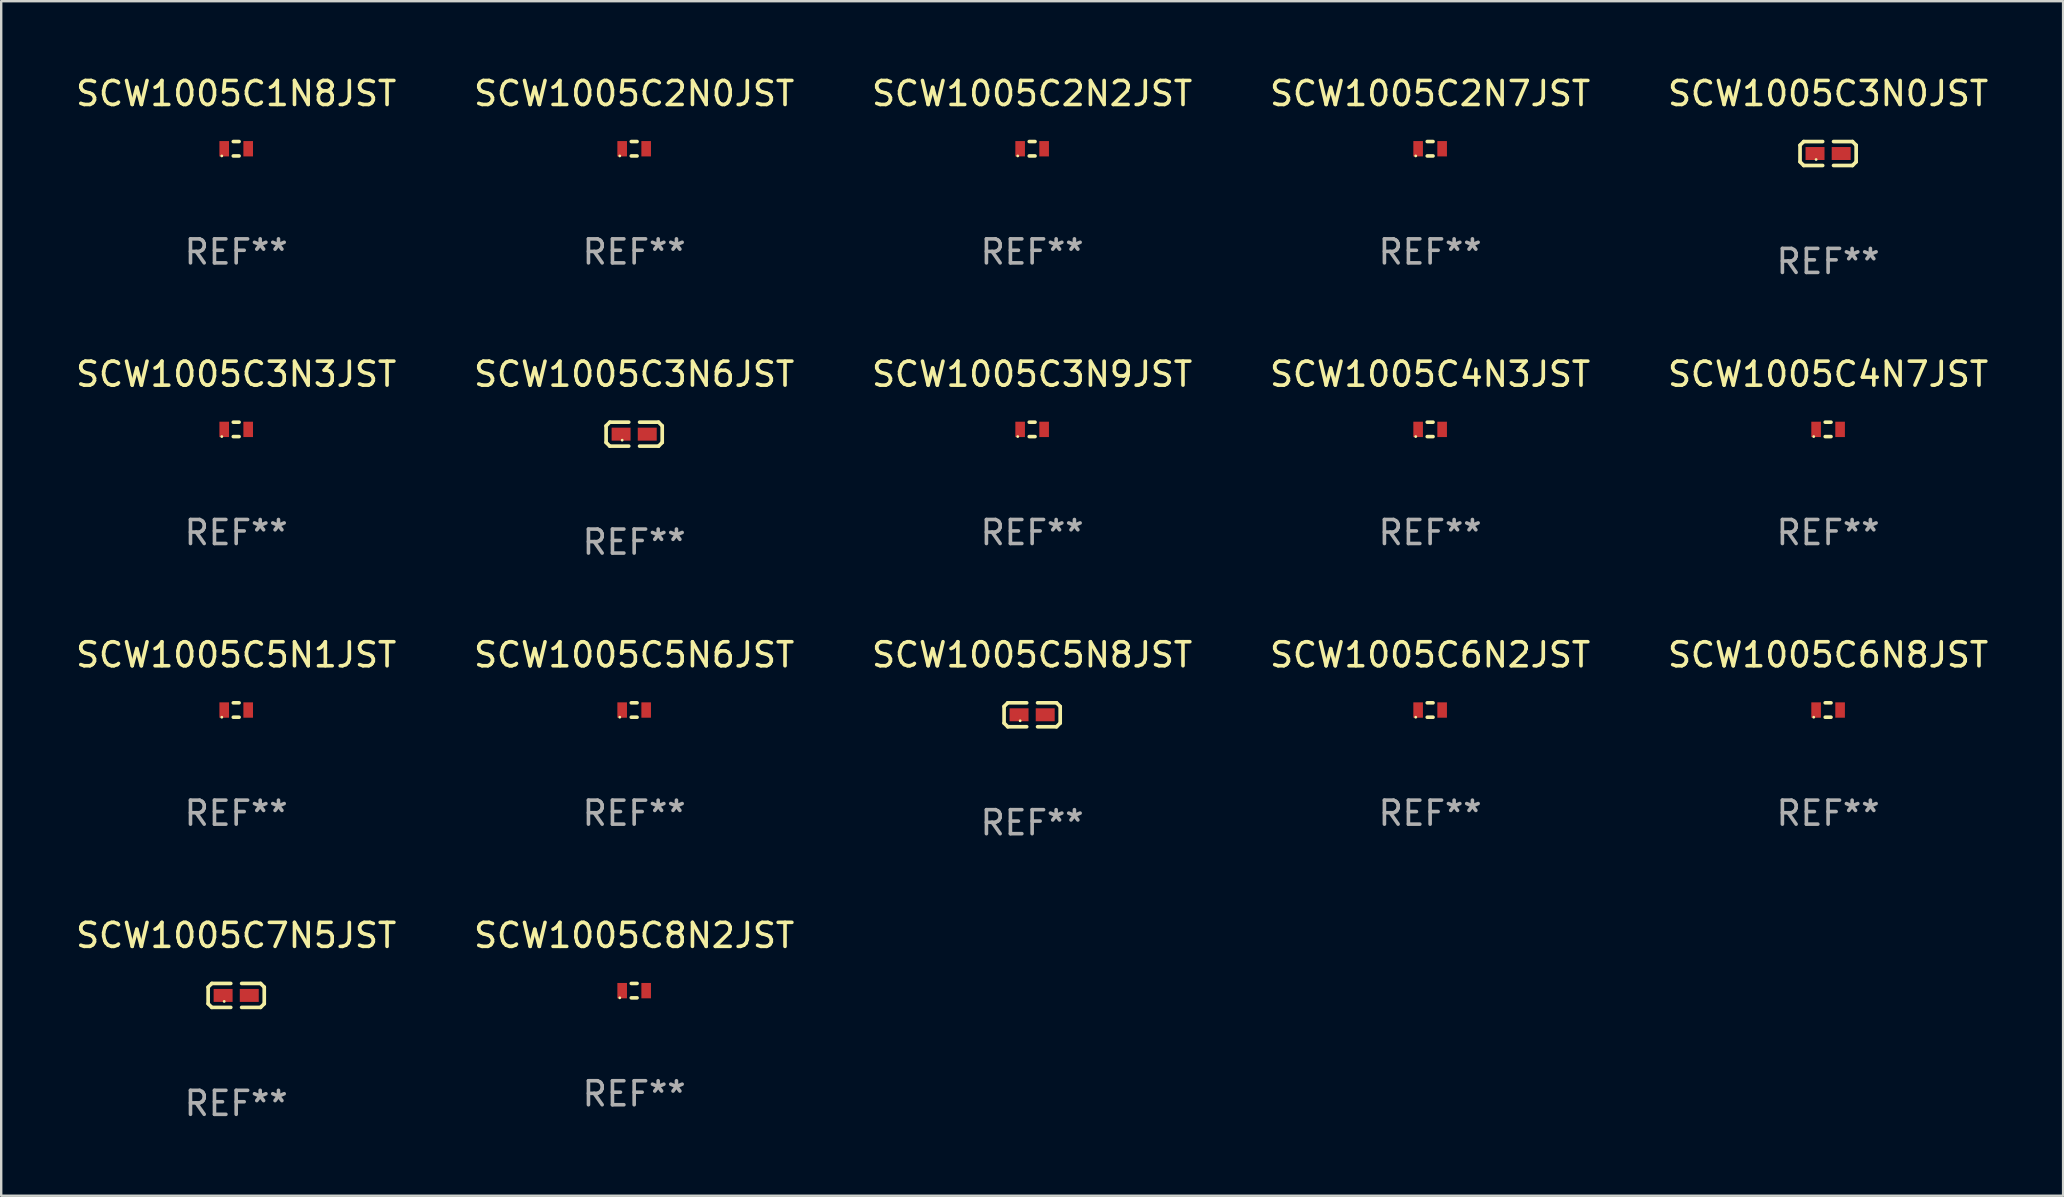
<source format=kicad_pcb>
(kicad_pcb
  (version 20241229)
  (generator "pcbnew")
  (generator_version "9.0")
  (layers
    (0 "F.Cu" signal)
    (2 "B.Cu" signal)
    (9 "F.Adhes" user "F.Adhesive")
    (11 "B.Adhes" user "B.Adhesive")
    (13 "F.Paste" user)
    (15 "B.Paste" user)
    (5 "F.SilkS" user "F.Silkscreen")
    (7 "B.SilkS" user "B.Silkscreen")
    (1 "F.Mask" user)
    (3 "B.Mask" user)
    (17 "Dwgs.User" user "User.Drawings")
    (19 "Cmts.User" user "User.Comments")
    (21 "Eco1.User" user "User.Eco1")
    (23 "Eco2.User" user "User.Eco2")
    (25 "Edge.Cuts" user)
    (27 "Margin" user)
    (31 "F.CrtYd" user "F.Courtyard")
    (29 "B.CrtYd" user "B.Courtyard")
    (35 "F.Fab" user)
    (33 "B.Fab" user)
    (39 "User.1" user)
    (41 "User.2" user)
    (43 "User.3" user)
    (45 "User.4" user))
  (footprint "SCW1005C8N2JST"
    (layer "F.Cu")
    (at 23.375 38.229)
    (property "Reference" "SCW1005C8N2JST" (at 0 -2.3 0) (layer "F.SilkS") (effects (font (size 1 1) (thickness 0.15))))
    (attr through_hole)
    (fp_line (start -0.121 -0.3) (end 0.121 -0.3) (stroke (width 0.15) (type solid)) (layer "F.SilkS"))
    (fp_line (start -0.121 0.3) (end 0.121 0.3) (stroke (width 0.15) (type solid)) (layer "F.SilkS"))
    (fp_circle (center -0.6 0.3) (end -0.57 0.3) (stroke (width 0.06) (type solid)) (fill no) (layer "F.SilkS"))
    (fp_text user "REF**" (at 0 4.3 0) (layer "F.Fab") (effects (font (size 1 1) (thickness 0.15))))
    (pad "1" smd rect (at -0.5 0 90) (size 0.64 0.4) (layers "F.Cu" "F.Mask" "F.Paste"))
    (pad "2" smd rect (at 0.5 0 90) (size 0.64 0.4) (layers "F.Cu" "F.Mask" "F.Paste")))
  (footprint "SCW1005C2N7JST"
    (layer "F.Cu")
    (at 56.542 3.148)
    (property "Reference" "SCW1005C2N7JST" (at 0 -2.3 0) (layer "F.SilkS") (effects (font (size 1 1) (thickness 0.15))))
    (attr through_hole)
    (fp_line (start -0.121 -0.3) (end 0.121 -0.3) (stroke (width 0.15) (type solid)) (layer "F.SilkS"))
    (fp_line (start -0.121 0.3) (end 0.121 0.3) (stroke (width 0.15) (type solid)) (layer "F.SilkS"))
    (fp_circle (center -0.6 0.3) (end -0.57 0.3) (stroke (width 0.06) (type solid)) (fill no) (layer "F.SilkS"))
    (fp_text user "REF**" (at 0 4.3 0) (layer "F.Fab") (effects (font (size 1 1) (thickness 0.15))))
    (pad "1" smd rect (at -0.5 0 90) (size 0.64 0.4) (layers "F.Cu" "F.Mask" "F.Paste"))
    (pad "2" smd rect (at 0.5 0 90) (size 0.64 0.4) (layers "F.Cu" "F.Mask" "F.Paste")))
  (footprint "SCW1005C3N6JST"
    (layer "F.Cu")
    (at 23.375 15.041)
    (property "Reference" "SCW1005C3N6JST" (at 0 -2.499 0) (layer "F.SilkS") (effects (font (size 1 1) (thickness 0.15))))
    (attr through_hole)
    (fp_line (start -1.169 -0.346) (end -1.016 -0.499) (stroke (width 0.152) (type solid)) (layer "F.SilkS"))
    (fp_line (start -1.169 0.346) (end -1.169 -0.346) (stroke (width 0.152) (type solid)) (layer "F.SilkS"))
    (fp_line (start -1.016 -0.499) (end -0.226 -0.499) (stroke (width 0.152) (type solid)) (layer "F.SilkS"))
    (fp_line (start -1.016 0.499) (end -1.169 0.346) (stroke (width 0.152) (type solid)) (layer "F.SilkS"))
    (fp_line (start -0.226 0.499) (end -1.016 0.499) (stroke (width 0.152) (type solid)) (layer "F.SilkS"))
    (fp_line (start 0.226 0.499) (end 1.016 0.499) (stroke (width 0.152) (type solid)) (layer "F.SilkS"))
    (fp_line (start 1.016 -0.499) (end 0.226 -0.499) (stroke (width 0.152) (type solid)) (layer "F.SilkS"))
    (fp_line (start 1.016 0.499) (end 1.169 0.346) (stroke (width 0.152) (type solid)) (layer "F.SilkS"))
    (fp_line (start 1.169 -0.346) (end 1.016 -0.499) (stroke (width 0.152) (type solid)) (layer "F.SilkS"))
    (fp_line (start 1.169 0.346) (end 1.169 -0.346) (stroke (width 0.152) (type solid)) (layer "F.SilkS"))
    (fp_circle (center -0.5 0.25) (end -0.47 0.25) (stroke (width 0.06) (type solid)) (fill no) (layer "F.SilkS"))
    (fp_text user "REF**" (at 0 4.499 0) (layer "F.Fab") (effects (font (size 1 1) (thickness 0.15))))
    (pad "1" smd rect (at -0.545 0) (size 0.79 0.54) (layers "F.Cu" "F.Mask" "F.Paste"))
    (pad "2" smd rect (at 0.545 0) (size 0.79 0.54) (layers "F.Cu" "F.Mask" "F.Paste")))
  (footprint "SCW1005C1N8JST"
    (layer "F.Cu")
    (at 6.792 3.148)
    (property "Reference" "SCW1005C1N8JST" (at 0 -2.3 0) (layer "F.SilkS") (effects (font (size 1 1) (thickness 0.15))))
    (attr through_hole)
    (fp_line (start -0.121 -0.3) (end 0.121 -0.3) (stroke (width 0.15) (type solid)) (layer "F.SilkS"))
    (fp_line (start -0.121 0.3) (end 0.121 0.3) (stroke (width 0.15) (type solid)) (layer "F.SilkS"))
    (fp_circle (center -0.6 0.3) (end -0.57 0.3) (stroke (width 0.06) (type solid)) (fill no) (layer "F.SilkS"))
    (fp_text user "REF**" (at 0 4.3 0) (layer "F.Fab") (effects (font (size 1 1) (thickness 0.15))))
    (pad "1" smd rect (at -0.5 0 90) (size 0.64 0.4) (layers "F.Cu" "F.Mask" "F.Paste"))
    (pad "2" smd rect (at 0.5 0 90) (size 0.64 0.4) (layers "F.Cu" "F.Mask" "F.Paste")))
  (footprint "SCW1005C4N3JST"
    (layer "F.Cu")
    (at 56.542 14.842)
    (property "Reference" "SCW1005C4N3JST" (at 0 -2.3 0) (layer "F.SilkS") (effects (font (size 1 1) (thickness 0.15))))
    (attr through_hole)
    (fp_line (start -0.121 -0.3) (end 0.121 -0.3) (stroke (width 0.15) (type solid)) (layer "F.SilkS"))
    (fp_line (start -0.121 0.3) (end 0.121 0.3) (stroke (width 0.15) (type solid)) (layer "F.SilkS"))
    (fp_circle (center -0.6 0.3) (end -0.57 0.3) (stroke (width 0.06) (type solid)) (fill no) (layer "F.SilkS"))
    (fp_text user "REF**" (at 0 4.3 0) (layer "F.Fab") (effects (font (size 1 1) (thickness 0.15))))
    (pad "1" smd rect (at -0.5 0 90) (size 0.64 0.4) (layers "F.Cu" "F.Mask" "F.Paste"))
    (pad "2" smd rect (at 0.5 0 90) (size 0.64 0.4) (layers "F.Cu" "F.Mask" "F.Paste")))
  (footprint "SCW1005C6N8JST"
    (layer "F.Cu")
    (at 73.125 26.536)
    (property "Reference" "SCW1005C6N8JST" (at 0 -2.3 0) (layer "F.SilkS") (effects (font (size 1 1) (thickness 0.15))))
    (attr through_hole)
    (fp_line (start -0.121 -0.3) (end 0.121 -0.3) (stroke (width 0.15) (type solid)) (layer "F.SilkS"))
    (fp_line (start -0.121 0.3) (end 0.121 0.3) (stroke (width 0.15) (type solid)) (layer "F.SilkS"))
    (fp_circle (center -0.6 0.3) (end -0.57 0.3) (stroke (width 0.06) (type solid)) (fill no) (layer "F.SilkS"))
    (fp_text user "REF**" (at 0 4.3 0) (layer "F.Fab") (effects (font (size 1 1) (thickness 0.15))))
    (pad "1" smd rect (at -0.5 0 90) (size 0.64 0.4) (layers "F.Cu" "F.Mask" "F.Paste"))
    (pad "2" smd rect (at 0.5 0 90) (size 0.64 0.4) (layers "F.Cu" "F.Mask" "F.Paste")))
  (footprint "SCW1005C2N2JST"
    (layer "F.Cu")
    (at 39.958 3.148)
    (property "Reference" "SCW1005C2N2JST" (at 0 -2.3 0) (layer "F.SilkS") (effects (font (size 1 1) (thickness 0.15))))
    (attr through_hole)
    (fp_line (start -0.121 -0.3) (end 0.121 -0.3) (stroke (width 0.15) (type solid)) (layer "F.SilkS"))
    (fp_line (start -0.121 0.3) (end 0.121 0.3) (stroke (width 0.15) (type solid)) (layer "F.SilkS"))
    (fp_circle (center -0.6 0.3) (end -0.57 0.3) (stroke (width 0.06) (type solid)) (fill no) (layer "F.SilkS"))
    (fp_text user "REF**" (at 0 4.3 0) (layer "F.Fab") (effects (font (size 1 1) (thickness 0.15))))
    (pad "1" smd rect (at -0.5 0 90) (size 0.64 0.4) (layers "F.Cu" "F.Mask" "F.Paste"))
    (pad "2" smd rect (at 0.5 0 90) (size 0.64 0.4) (layers "F.Cu" "F.Mask" "F.Paste")))
  (footprint "SCW1005C3N9JST"
    (layer "F.Cu")
    (at 39.958 14.842)
    (property "Reference" "SCW1005C3N9JST" (at 0 -2.3 0) (layer "F.SilkS") (effects (font (size 1 1) (thickness 0.15))))
    (attr through_hole)
    (fp_line (start -0.121 -0.3) (end 0.121 -0.3) (stroke (width 0.15) (type solid)) (layer "F.SilkS"))
    (fp_line (start -0.121 0.3) (end 0.121 0.3) (stroke (width 0.15) (type solid)) (layer "F.SilkS"))
    (fp_circle (center -0.6 0.3) (end -0.57 0.3) (stroke (width 0.06) (type solid)) (fill no) (layer "F.SilkS"))
    (fp_text user "REF**" (at 0 4.3 0) (layer "F.Fab") (effects (font (size 1 1) (thickness 0.15))))
    (pad "1" smd rect (at -0.5 0 90) (size 0.64 0.4) (layers "F.Cu" "F.Mask" "F.Paste"))
    (pad "2" smd rect (at 0.5 0 90) (size 0.64 0.4) (layers "F.Cu" "F.Mask" "F.Paste")))
  (footprint "SCW1005C5N6JST"
    (layer "F.Cu")
    (at 23.375 26.536)
    (property "Reference" "SCW1005C5N6JST" (at 0 -2.3 0) (layer "F.SilkS") (effects (font (size 1 1) (thickness 0.15))))
    (attr through_hole)
    (fp_line (start -0.121 -0.3) (end 0.121 -0.3) (stroke (width 0.15) (type solid)) (layer "F.SilkS"))
    (fp_line (start -0.121 0.3) (end 0.121 0.3) (stroke (width 0.15) (type solid)) (layer "F.SilkS"))
    (fp_circle (center -0.6 0.3) (end -0.57 0.3) (stroke (width 0.06) (type solid)) (fill no) (layer "F.SilkS"))
    (fp_text user "REF**" (at 0 4.3 0) (layer "F.Fab") (effects (font (size 1 1) (thickness 0.15))))
    (pad "1" smd rect (at -0.5 0 90) (size 0.64 0.4) (layers "F.Cu" "F.Mask" "F.Paste"))
    (pad "2" smd rect (at 0.5 0 90) (size 0.64 0.4) (layers "F.Cu" "F.Mask" "F.Paste")))
  (footprint "SCW1005C5N1JST"
    (layer "F.Cu")
    (at 6.792 26.536)
    (property "Reference" "SCW1005C5N1JST" (at 0 -2.3 0) (layer "F.SilkS") (effects (font (size 1 1) (thickness 0.15))))
    (attr through_hole)
    (fp_line (start -0.121 -0.3) (end 0.121 -0.3) (stroke (width 0.15) (type solid)) (layer "F.SilkS"))
    (fp_line (start -0.121 0.3) (end 0.121 0.3) (stroke (width 0.15) (type solid)) (layer "F.SilkS"))
    (fp_circle (center -0.6 0.3) (end -0.57 0.3) (stroke (width 0.06) (type solid)) (fill no) (layer "F.SilkS"))
    (fp_text user "REF**" (at 0 4.3 0) (layer "F.Fab") (effects (font (size 1 1) (thickness 0.15))))
    (pad "1" smd rect (at -0.5 0 90) (size 0.64 0.4) (layers "F.Cu" "F.Mask" "F.Paste"))
    (pad "2" smd rect (at 0.5 0 90) (size 0.64 0.4) (layers "F.Cu" "F.Mask" "F.Paste")))
  (footprint "SCW1005C7N5JST"
    (layer "F.Cu")
    (at 6.792 38.428)
    (property "Reference" "SCW1005C7N5JST" (at 0 -2.499 0) (layer "F.SilkS") (effects (font (size 1 1) (thickness 0.15))))
    (attr through_hole)
    (fp_line (start -1.169 -0.346) (end -1.016 -0.499) (stroke (width 0.152) (type solid)) (layer "F.SilkS"))
    (fp_line (start -1.169 0.346) (end -1.169 -0.346) (stroke (width 0.152) (type solid)) (layer "F.SilkS"))
    (fp_line (start -1.016 -0.499) (end -0.226 -0.499) (stroke (width 0.152) (type solid)) (layer "F.SilkS"))
    (fp_line (start -1.016 0.499) (end -1.169 0.346) (stroke (width 0.152) (type solid)) (layer "F.SilkS"))
    (fp_line (start -0.226 0.499) (end -1.016 0.499) (stroke (width 0.152) (type solid)) (layer "F.SilkS"))
    (fp_line (start 0.226 0.499) (end 1.016 0.499) (stroke (width 0.152) (type solid)) (layer "F.SilkS"))
    (fp_line (start 1.016 -0.499) (end 0.226 -0.499) (stroke (width 0.152) (type solid)) (layer "F.SilkS"))
    (fp_line (start 1.016 0.499) (end 1.169 0.346) (stroke (width 0.152) (type solid)) (layer "F.SilkS"))
    (fp_line (start 1.169 -0.346) (end 1.016 -0.499) (stroke (width 0.152) (type solid)) (layer "F.SilkS"))
    (fp_line (start 1.169 0.346) (end 1.169 -0.346) (stroke (width 0.152) (type solid)) (layer "F.SilkS"))
    (fp_circle (center -0.5 0.25) (end -0.47 0.25) (stroke (width 0.06) (type solid)) (fill no) (layer "F.SilkS"))
    (fp_text user "REF**" (at 0 4.499 0) (layer "F.Fab") (effects (font (size 1 1) (thickness 0.15))))
    (pad "1" smd rect (at -0.545 0) (size 0.79 0.54) (layers "F.Cu" "F.Mask" "F.Paste"))
    (pad "2" smd rect (at 0.545 0) (size 0.79 0.54) (layers "F.Cu" "F.Mask" "F.Paste")))
  (footprint "SCW1005C3N3JST"
    (layer "F.Cu")
    (at 6.792 14.842)
    (property "Reference" "SCW1005C3N3JST" (at 0 -2.3 0) (layer "F.SilkS") (effects (font (size 1 1) (thickness 0.15))))
    (attr through_hole)
    (fp_line (start -0.121 -0.3) (end 0.121 -0.3) (stroke (width 0.15) (type solid)) (layer "F.SilkS"))
    (fp_line (start -0.121 0.3) (end 0.121 0.3) (stroke (width 0.15) (type solid)) (layer "F.SilkS"))
    (fp_circle (center -0.6 0.3) (end -0.57 0.3) (stroke (width 0.06) (type solid)) (fill no) (layer "F.SilkS"))
    (fp_text user "REF**" (at 0 4.3 0) (layer "F.Fab") (effects (font (size 1 1) (thickness 0.15))))
    (pad "1" smd rect (at -0.5 0 90) (size 0.64 0.4) (layers "F.Cu" "F.Mask" "F.Paste"))
    (pad "2" smd rect (at 0.5 0 90) (size 0.64 0.4) (layers "F.Cu" "F.Mask" "F.Paste")))
  (footprint "SCW1005C3N0JST"
    (layer "F.Cu")
    (at 73.125 3.347)
    (property "Reference" "SCW1005C3N0JST" (at 0 -2.499 0) (layer "F.SilkS") (effects (font (size 1 1) (thickness 0.15))))
    (attr through_hole)
    (fp_line (start -1.169 -0.346) (end -1.016 -0.499) (stroke (width 0.152) (type solid)) (layer "F.SilkS"))
    (fp_line (start -1.169 0.346) (end -1.169 -0.346) (stroke (width 0.152) (type solid)) (layer "F.SilkS"))
    (fp_line (start -1.016 -0.499) (end -0.226 -0.499) (stroke (width 0.152) (type solid)) (layer "F.SilkS"))
    (fp_line (start -1.016 0.499) (end -1.169 0.346) (stroke (width 0.152) (type solid)) (layer "F.SilkS"))
    (fp_line (start -0.226 0.499) (end -1.016 0.499) (stroke (width 0.152) (type solid)) (layer "F.SilkS"))
    (fp_line (start 0.226 0.499) (end 1.016 0.499) (stroke (width 0.152) (type solid)) (layer "F.SilkS"))
    (fp_line (start 1.016 -0.499) (end 0.226 -0.499) (stroke (width 0.152) (type solid)) (layer "F.SilkS"))
    (fp_line (start 1.016 0.499) (end 1.169 0.346) (stroke (width 0.152) (type solid)) (layer "F.SilkS"))
    (fp_line (start 1.169 -0.346) (end 1.016 -0.499) (stroke (width 0.152) (type solid)) (layer "F.SilkS"))
    (fp_line (start 1.169 0.346) (end 1.169 -0.346) (stroke (width 0.152) (type solid)) (layer "F.SilkS"))
    (fp_circle (center -0.5 0.25) (end -0.47 0.25) (stroke (width 0.06) (type solid)) (fill no) (layer "F.SilkS"))
    (fp_text user "REF**" (at 0 4.499 0) (layer "F.Fab") (effects (font (size 1 1) (thickness 0.15))))
    (pad "1" smd rect (at -0.545 0) (size 0.79 0.54) (layers "F.Cu" "F.Mask" "F.Paste"))
    (pad "2" smd rect (at 0.545 0) (size 0.79 0.54) (layers "F.Cu" "F.Mask" "F.Paste")))
  (footprint "SCW1005C2N0JST"
    (layer "F.Cu")
    (at 23.375 3.148)
    (property "Reference" "SCW1005C2N0JST" (at 0 -2.3 0) (layer "F.SilkS") (effects (font (size 1 1) (thickness 0.15))))
    (attr through_hole)
    (fp_line (start -0.121 -0.3) (end 0.121 -0.3) (stroke (width 0.15) (type solid)) (layer "F.SilkS"))
    (fp_line (start -0.121 0.3) (end 0.121 0.3) (stroke (width 0.15) (type solid)) (layer "F.SilkS"))
    (fp_circle (center -0.6 0.3) (end -0.57 0.3) (stroke (width 0.06) (type solid)) (fill no) (layer "F.SilkS"))
    (fp_text user "REF**" (at 0 4.3 0) (layer "F.Fab") (effects (font (size 1 1) (thickness 0.15))))
    (pad "1" smd rect (at -0.5 0 90) (size 0.64 0.4) (layers "F.Cu" "F.Mask" "F.Paste"))
    (pad "2" smd rect (at 0.5 0 90) (size 0.64 0.4) (layers "F.Cu" "F.Mask" "F.Paste")))
  (footprint "SCW1005C5N8JST"
    (layer "F.Cu")
    (at 39.958 26.734)
    (property "Reference" "SCW1005C5N8JST" (at 0 -2.499 0) (layer "F.SilkS") (effects (font (size 1 1) (thickness 0.15))))
    (attr through_hole)
    (fp_line (start -1.169 -0.346) (end -1.016 -0.499) (stroke (width 0.152) (type solid)) (layer "F.SilkS"))
    (fp_line (start -1.169 0.346) (end -1.169 -0.346) (stroke (width 0.152) (type solid)) (layer "F.SilkS"))
    (fp_line (start -1.016 -0.499) (end -0.226 -0.499) (stroke (width 0.152) (type solid)) (layer "F.SilkS"))
    (fp_line (start -1.016 0.499) (end -1.169 0.346) (stroke (width 0.152) (type solid)) (layer "F.SilkS"))
    (fp_line (start -0.226 0.499) (end -1.016 0.499) (stroke (width 0.152) (type solid)) (layer "F.SilkS"))
    (fp_line (start 0.226 0.499) (end 1.016 0.499) (stroke (width 0.152) (type solid)) (layer "F.SilkS"))
    (fp_line (start 1.016 -0.499) (end 0.226 -0.499) (stroke (width 0.152) (type solid)) (layer "F.SilkS"))
    (fp_line (start 1.016 0.499) (end 1.169 0.346) (stroke (width 0.152) (type solid)) (layer "F.SilkS"))
    (fp_line (start 1.169 -0.346) (end 1.016 -0.499) (stroke (width 0.152) (type solid)) (layer "F.SilkS"))
    (fp_line (start 1.169 0.346) (end 1.169 -0.346) (stroke (width 0.152) (type solid)) (layer "F.SilkS"))
    (fp_circle (center -0.5 0.25) (end -0.47 0.25) (stroke (width 0.06) (type solid)) (fill no) (layer "F.SilkS"))
    (fp_text user "REF**" (at 0 4.499 0) (layer "F.Fab") (effects (font (size 1 1) (thickness 0.15))))
    (pad "1" smd rect (at -0.545 0) (size 0.79 0.54) (layers "F.Cu" "F.Mask" "F.Paste"))
    (pad "2" smd rect (at 0.545 0) (size 0.79 0.54) (layers "F.Cu" "F.Mask" "F.Paste")))
  (footprint "SCW1005C4N7JST"
    (layer "F.Cu")
    (at 73.125 14.842)
    (property "Reference" "SCW1005C4N7JST" (at 0 -2.3 0) (layer "F.SilkS") (effects (font (size 1 1) (thickness 0.15))))
    (attr through_hole)
    (fp_line (start -0.121 -0.3) (end 0.121 -0.3) (stroke (width 0.15) (type solid)) (layer "F.SilkS"))
    (fp_line (start -0.121 0.3) (end 0.121 0.3) (stroke (width 0.15) (type solid)) (layer "F.SilkS"))
    (fp_circle (center -0.6 0.3) (end -0.57 0.3) (stroke (width 0.06) (type solid)) (fill no) (layer "F.SilkS"))
    (fp_text user "REF**" (at 0 4.3 0) (layer "F.Fab") (effects (font (size 1 1) (thickness 0.15))))
    (pad "1" smd rect (at -0.5 0 90) (size 0.64 0.4) (layers "F.Cu" "F.Mask" "F.Paste"))
    (pad "2" smd rect (at 0.5 0 90) (size 0.64 0.4) (layers "F.Cu" "F.Mask" "F.Paste")))
  (footprint "SCW1005C6N2JST"
    (layer "F.Cu")
    (at 56.542 26.536)
    (property "Reference" "SCW1005C6N2JST" (at 0 -2.3 0) (layer "F.SilkS") (effects (font (size 1 1) (thickness 0.15))))
    (attr through_hole)
    (fp_line (start -0.121 -0.3) (end 0.121 -0.3) (stroke (width 0.15) (type solid)) (layer "F.SilkS"))
    (fp_line (start -0.121 0.3) (end 0.121 0.3) (stroke (width 0.15) (type solid)) (layer "F.SilkS"))
    (fp_circle (center -0.6 0.3) (end -0.57 0.3) (stroke (width 0.06) (type solid)) (fill no) (layer "F.SilkS"))
    (fp_text user "REF**" (at 0 4.3 0) (layer "F.Fab") (effects (font (size 1 1) (thickness 0.15))))
    (pad "1" smd rect (at -0.5 0 90) (size 0.64 0.4) (layers "F.Cu" "F.Mask" "F.Paste"))
    (pad "2" smd rect (at 0.5 0 90) (size 0.64 0.4) (layers "F.Cu" "F.Mask" "F.Paste")))
  (gr_rect
    (start -3 -3)
    (end 82.917 46.775)
    (stroke (width 0.1) (type default))
    (fill no)
    (layer "Edge.Cuts")))
</source>
